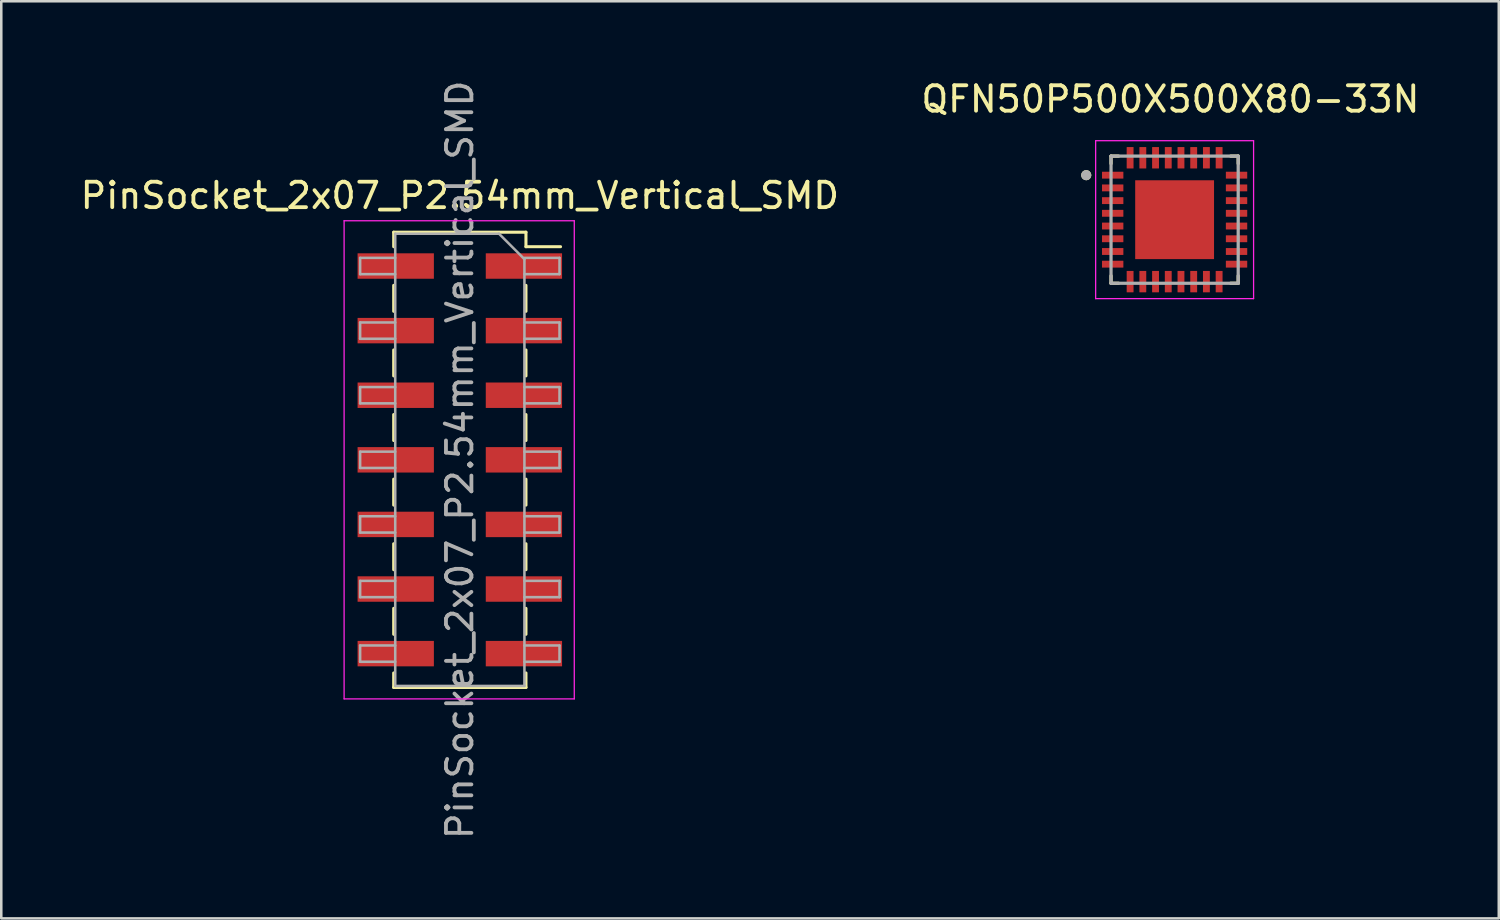
<source format=kicad_pcb>
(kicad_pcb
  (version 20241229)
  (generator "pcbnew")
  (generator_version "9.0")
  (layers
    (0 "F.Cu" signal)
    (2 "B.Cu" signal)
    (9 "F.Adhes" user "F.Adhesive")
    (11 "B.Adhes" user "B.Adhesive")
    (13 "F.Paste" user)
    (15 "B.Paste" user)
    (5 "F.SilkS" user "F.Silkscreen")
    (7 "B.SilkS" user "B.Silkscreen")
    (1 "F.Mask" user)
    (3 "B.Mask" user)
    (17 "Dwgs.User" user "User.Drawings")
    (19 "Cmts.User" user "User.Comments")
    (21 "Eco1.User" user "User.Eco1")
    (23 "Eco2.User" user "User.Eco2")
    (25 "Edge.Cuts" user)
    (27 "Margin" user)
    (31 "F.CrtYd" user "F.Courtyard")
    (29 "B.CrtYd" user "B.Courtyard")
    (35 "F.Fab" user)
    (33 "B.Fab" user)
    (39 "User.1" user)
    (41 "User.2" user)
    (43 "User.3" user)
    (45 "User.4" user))
  (footprint "QFN50P500X500X80-33N"
    (layer "F.Cu")
    (at 43.135 5.588)
    (property "Reference" "QFN50P500X500X80-33N" (at -0.165 -4.74 0) (layer "F.SilkS") (effects (font (size 1 1) (thickness 0.15))))
    (attr through_hole)
    (fp_line (start -2.5 -2.5) (end -2.5 -2.205) (stroke (width 0.127) (type solid)) (layer "F.SilkS"))
    (fp_line (start -2.5 -2.5) (end -2.205 -2.5) (stroke (width 0.127) (type solid)) (layer "F.SilkS"))
    (fp_line (start -2.5 2.5) (end -2.5 2.205) (stroke (width 0.127) (type solid)) (layer "F.SilkS"))
    (fp_line (start -2.5 2.5) (end -2.205 2.5) (stroke (width 0.127) (type solid)) (layer "F.SilkS"))
    (fp_line (start 2.5 -2.5) (end 2.205 -2.5) (stroke (width 0.127) (type solid)) (layer "F.SilkS"))
    (fp_line (start 2.5 -2.5) (end 2.5 -2.205) (stroke (width 0.127) (type solid)) (layer "F.SilkS"))
    (fp_line (start 2.5 2.5) (end 2.205 2.5) (stroke (width 0.127) (type solid)) (layer "F.SilkS"))
    (fp_line (start 2.5 2.5) (end 2.5 2.205) (stroke (width 0.127) (type solid)) (layer "F.SilkS"))
    (fp_circle (center -3.475 -1.75) (end -3.375 -1.75) (stroke (width 0.2) (type solid)) (fill no) (layer "F.SilkS"))
    (fp_poly (pts (xy -0.98 -0.98) (xy 0.98 -0.98) (xy 0.98 0.98) (xy -0.98 0.98)) (stroke (width 0.01) (type solid)) (fill yes) (layer "F.Paste"))
    (fp_line (start -3.105 -3.105) (end 3.105 -3.105) (stroke (width 0.05) (type solid)) (layer "F.CrtYd"))
    (fp_line (start -3.105 3.105) (end -3.105 -3.105) (stroke (width 0.05) (type solid)) (layer "F.CrtYd"))
    (fp_line (start -3.105 3.105) (end 3.105 3.105) (stroke (width 0.05) (type solid)) (layer "F.CrtYd"))
    (fp_line (start 3.105 3.105) (end 3.105 -3.105) (stroke (width 0.05) (type solid)) (layer "F.CrtYd"))
    (fp_line (start -2.5 2.5) (end -2.5 -2.5) (stroke (width 0.127) (type solid)) (layer "F.Fab"))
    (fp_line (start 2.5 -2.5) (end -2.5 -2.5) (stroke (width 0.127) (type solid)) (layer "F.Fab"))
    (fp_line (start 2.5 2.5) (end -2.5 2.5) (stroke (width 0.127) (type solid)) (layer "F.Fab"))
    (fp_line (start 2.5 2.5) (end 2.5 -2.5) (stroke (width 0.127) (type solid)) (layer "F.Fab"))
    (fp_circle (center -3.475 -1.75) (end -3.375 -1.75) (stroke (width 0.2) (type solid)) (fill no) (layer "F.Fab"))
    (pad "1" smd roundrect (at -2.435 -1.75) (size 0.84 0.27) (layers "F.Cu" "F.Mask" "F.Paste") (roundrect_rratio 0.03))
    (pad "2" smd roundrect (at -2.435 -1.25) (size 0.84 0.27) (layers "F.Cu" "F.Mask" "F.Paste") (roundrect_rratio 0.03))
    (pad "3" smd roundrect (at -2.435 -0.75) (size 0.84 0.27) (layers "F.Cu" "F.Mask" "F.Paste") (roundrect_rratio 0.03))
    (pad "4" smd roundrect (at -2.435 -0.25) (size 0.84 0.27) (layers "F.Cu" "F.Mask" "F.Paste") (roundrect_rratio 0.03))
    (pad "5" smd roundrect (at -2.435 0.25) (size 0.84 0.27) (layers "F.Cu" "F.Mask" "F.Paste") (roundrect_rratio 0.03))
    (pad "6" smd roundrect (at -2.435 0.75) (size 0.84 0.27) (layers "F.Cu" "F.Mask" "F.Paste") (roundrect_rratio 0.03))
    (pad "7" smd roundrect (at -2.435 1.25) (size 0.84 0.27) (layers "F.Cu" "F.Mask" "F.Paste") (roundrect_rratio 0.03))
    (pad "8" smd roundrect (at -2.435 1.75) (size 0.84 0.27) (layers "F.Cu" "F.Mask" "F.Paste") (roundrect_rratio 0.03))
    (pad "9" smd roundrect (at -1.75 2.435 90) (size 0.84 0.27) (layers "F.Cu" "F.Mask" "F.Paste") (roundrect_rratio 0.03))
    (pad "10" smd roundrect (at -1.25 2.435 90) (size 0.84 0.27) (layers "F.Cu" "F.Mask" "F.Paste") (roundrect_rratio 0.03))
    (pad "11" smd roundrect (at -0.75 2.435 90) (size 0.84 0.27) (layers "F.Cu" "F.Mask" "F.Paste") (roundrect_rratio 0.03))
    (pad "12" smd roundrect (at -0.25 2.435 90) (size 0.84 0.27) (layers "F.Cu" "F.Mask" "F.Paste") (roundrect_rratio 0.03))
    (pad "13" smd roundrect (at 0.25 2.435 90) (size 0.84 0.27) (layers "F.Cu" "F.Mask" "F.Paste") (roundrect_rratio 0.03))
    (pad "14" smd roundrect (at 0.75 2.435 90) (size 0.84 0.27) (layers "F.Cu" "F.Mask" "F.Paste") (roundrect_rratio 0.03))
    (pad "15" smd roundrect (at 1.25 2.435 90) (size 0.84 0.27) (layers "F.Cu" "F.Mask" "F.Paste") (roundrect_rratio 0.03))
    (pad "16" smd roundrect (at 1.75 2.435 90) (size 0.84 0.27) (layers "F.Cu" "F.Mask" "F.Paste") (roundrect_rratio 0.03))
    (pad "17" smd roundrect (at 2.435 1.75) (size 0.84 0.27) (layers "F.Cu" "F.Mask" "F.Paste") (roundrect_rratio 0.03))
    (pad "18" smd roundrect (at 2.435 1.25) (size 0.84 0.27) (layers "F.Cu" "F.Mask" "F.Paste") (roundrect_rratio 0.03))
    (pad "19" smd roundrect (at 2.435 0.75) (size 0.84 0.27) (layers "F.Cu" "F.Mask" "F.Paste") (roundrect_rratio 0.03))
    (pad "20" smd roundrect (at 2.435 0.25) (size 0.84 0.27) (layers "F.Cu" "F.Mask" "F.Paste") (roundrect_rratio 0.03))
    (pad "21" smd roundrect (at 2.435 -0.25) (size 0.84 0.27) (layers "F.Cu" "F.Mask" "F.Paste") (roundrect_rratio 0.03))
    (pad "22" smd roundrect (at 2.435 -0.75) (size 0.84 0.27) (layers "F.Cu" "F.Mask" "F.Paste") (roundrect_rratio 0.03))
    (pad "23" smd roundrect (at 2.435 -1.25) (size 0.84 0.27) (layers "F.Cu" "F.Mask" "F.Paste") (roundrect_rratio 0.03))
    (pad "24" smd roundrect (at 2.435 -1.75) (size 0.84 0.27) (layers "F.Cu" "F.Mask" "F.Paste") (roundrect_rratio 0.03))
    (pad "25" smd roundrect (at 1.75 -2.435 90) (size 0.84 0.27) (layers "F.Cu" "F.Mask" "F.Paste") (roundrect_rratio 0.03))
    (pad "26" smd roundrect (at 1.25 -2.435 90) (size 0.84 0.27) (layers "F.Cu" "F.Mask" "F.Paste") (roundrect_rratio 0.03))
    (pad "27" smd roundrect (at 0.75 -2.435 90) (size 0.84 0.27) (layers "F.Cu" "F.Mask" "F.Paste") (roundrect_rratio 0.03))
    (pad "28" smd roundrect (at 0.25 -2.435 90) (size 0.84 0.27) (layers "F.Cu" "F.Mask" "F.Paste") (roundrect_rratio 0.03))
    (pad "29" smd roundrect (at -0.25 -2.435 90) (size 0.84 0.27) (layers "F.Cu" "F.Mask" "F.Paste") (roundrect_rratio 0.03))
    (pad "30" smd roundrect (at -0.75 -2.435 90) (size 0.84 0.27) (layers "F.Cu" "F.Mask" "F.Paste") (roundrect_rratio 0.03))
    (pad "31" smd roundrect (at -1.25 -2.435 90) (size 0.84 0.27) (layers "F.Cu" "F.Mask" "F.Paste") (roundrect_rratio 0.03))
    (pad "32" smd roundrect (at -1.75 -2.435 90) (size 0.84 0.27) (layers "F.Cu" "F.Mask" "F.Paste") (roundrect_rratio 0.03))
    (pad "33" smd rect (at 0 0) (size 3.1 3.1) (layers "F.Cu" "F.Mask")))
  (footprint "PinSocket_2x07_P2.54mm_Vertical_SMD"
    (layer "F.Cu")
    (at 15.03 15.03)
    (property "Reference" "PinSocket_2x07_P2.54mm_Vertical_SMD" (at 0 -10.39 0) (layer "F.SilkS") (effects (font (size 1 1) (thickness 0.15))))
    (attr smd)
    (fp_line (start -2.6 -8.95) (end -2.6 -8.38) (stroke (width 0.12) (type solid)) (layer "F.SilkS"))
    (fp_line (start -2.6 -8.95) (end 2.6 -8.95) (stroke (width 0.12) (type solid)) (layer "F.SilkS"))
    (fp_line (start -2.6 -6.86) (end -2.6 -5.84) (stroke (width 0.12) (type solid)) (layer "F.SilkS"))
    (fp_line (start -2.6 -4.32) (end -2.6 -3.3) (stroke (width 0.12) (type solid)) (layer "F.SilkS"))
    (fp_line (start -2.6 -1.78) (end -2.6 -0.76) (stroke (width 0.12) (type solid)) (layer "F.SilkS"))
    (fp_line (start -2.6 0.76) (end -2.6 1.78) (stroke (width 0.12) (type solid)) (layer "F.SilkS"))
    (fp_line (start -2.6 3.3) (end -2.6 4.32) (stroke (width 0.12) (type solid)) (layer "F.SilkS"))
    (fp_line (start -2.6 5.84) (end -2.6 6.86) (stroke (width 0.12) (type solid)) (layer "F.SilkS"))
    (fp_line (start -2.6 8.38) (end -2.6 8.95) (stroke (width 0.12) (type solid)) (layer "F.SilkS"))
    (fp_line (start -2.6 8.95) (end 2.6 8.95) (stroke (width 0.12) (type solid)) (layer "F.SilkS"))
    (fp_line (start 2.6 -8.95) (end 2.6 -8.38) (stroke (width 0.12) (type solid)) (layer "F.SilkS"))
    (fp_line (start 2.6 -8.38) (end 3.96 -8.38) (stroke (width 0.12) (type solid)) (layer "F.SilkS"))
    (fp_line (start 2.6 -6.86) (end 2.6 -5.84) (stroke (width 0.12) (type solid)) (layer "F.SilkS"))
    (fp_line (start 2.6 -4.32) (end 2.6 -3.3) (stroke (width 0.12) (type solid)) (layer "F.SilkS"))
    (fp_line (start 2.6 -1.78) (end 2.6 -0.76) (stroke (width 0.12) (type solid)) (layer "F.SilkS"))
    (fp_line (start 2.6 0.76) (end 2.6 1.78) (stroke (width 0.12) (type solid)) (layer "F.SilkS"))
    (fp_line (start 2.6 3.3) (end 2.6 4.32) (stroke (width 0.12) (type solid)) (layer "F.SilkS"))
    (fp_line (start 2.6 5.84) (end 2.6 6.86) (stroke (width 0.12) (type solid)) (layer "F.SilkS"))
    (fp_line (start 2.6 8.38) (end 2.6 8.95) (stroke (width 0.12) (type solid)) (layer "F.SilkS"))
    (fp_line (start -4.55 -9.4) (end 4.5 -9.4) (stroke (width 0.05) (type solid)) (layer "F.CrtYd"))
    (fp_line (start -4.55 9.4) (end -4.55 -9.4) (stroke (width 0.05) (type solid)) (layer "F.CrtYd"))
    (fp_line (start 4.5 -9.4) (end 4.5 9.4) (stroke (width 0.05) (type solid)) (layer "F.CrtYd"))
    (fp_line (start 4.5 9.4) (end -4.55 9.4) (stroke (width 0.05) (type solid)) (layer "F.CrtYd"))
    (fp_line (start -3.92 -7.94) (end -2.54 -7.94) (stroke (width 0.1) (type solid)) (layer "F.Fab"))
    (fp_line (start -3.92 -7.3) (end -3.92 -7.94) (stroke (width 0.1) (type solid)) (layer "F.Fab"))
    (fp_line (start -3.92 -5.4) (end -2.54 -5.4) (stroke (width 0.1) (type solid)) (layer "F.Fab"))
    (fp_line (start -3.92 -4.76) (end -3.92 -5.4) (stroke (width 0.1) (type solid)) (layer "F.Fab"))
    (fp_line (start -3.92 -2.86) (end -2.54 -2.86) (stroke (width 0.1) (type solid)) (layer "F.Fab"))
    (fp_line (start -3.92 -2.22) (end -3.92 -2.86) (stroke (width 0.1) (type solid)) (layer "F.Fab"))
    (fp_line (start -3.92 -0.32) (end -2.54 -0.32) (stroke (width 0.1) (type solid)) (layer "F.Fab"))
    (fp_line (start -3.92 0.32) (end -3.92 -0.32) (stroke (width 0.1) (type solid)) (layer "F.Fab"))
    (fp_line (start -3.92 2.22) (end -2.54 2.22) (stroke (width 0.1) (type solid)) (layer "F.Fab"))
    (fp_line (start -3.92 2.86) (end -3.92 2.22) (stroke (width 0.1) (type solid)) (layer "F.Fab"))
    (fp_line (start -3.92 4.76) (end -2.54 4.76) (stroke (width 0.1) (type solid)) (layer "F.Fab"))
    (fp_line (start -3.92 5.4) (end -3.92 4.76) (stroke (width 0.1) (type solid)) (layer "F.Fab"))
    (fp_line (start -3.92 7.3) (end -2.54 7.3) (stroke (width 0.1) (type solid)) (layer "F.Fab"))
    (fp_line (start -3.92 7.94) (end -3.92 7.3) (stroke (width 0.1) (type solid)) (layer "F.Fab"))
    (fp_line (start -2.54 -8.89) (end 1.54 -8.89) (stroke (width 0.1) (type solid)) (layer "F.Fab"))
    (fp_line (start -2.54 -7.3) (end -3.92 -7.3) (stroke (width 0.1) (type solid)) (layer "F.Fab"))
    (fp_line (start -2.54 -4.76) (end -3.92 -4.76) (stroke (width 0.1) (type solid)) (layer "F.Fab"))
    (fp_line (start -2.54 -2.22) (end -3.92 -2.22) (stroke (width 0.1) (type solid)) (layer "F.Fab"))
    (fp_line (start -2.54 0.32) (end -3.92 0.32) (stroke (width 0.1) (type solid)) (layer "F.Fab"))
    (fp_line (start -2.54 2.86) (end -3.92 2.86) (stroke (width 0.1) (type solid)) (layer "F.Fab"))
    (fp_line (start -2.54 5.4) (end -3.92 5.4) (stroke (width 0.1) (type solid)) (layer "F.Fab"))
    (fp_line (start -2.54 7.94) (end -3.92 7.94) (stroke (width 0.1) (type solid)) (layer "F.Fab"))
    (fp_line (start -2.54 8.89) (end -2.54 -8.89) (stroke (width 0.1) (type solid)) (layer "F.Fab"))
    (fp_line (start 1.54 -8.89) (end 2.54 -7.89) (stroke (width 0.1) (type solid)) (layer "F.Fab"))
    (fp_line (start 2.54 -7.94) (end 3.92 -7.94) (stroke (width 0.1) (type solid)) (layer "F.Fab"))
    (fp_line (start 2.54 -7.89) (end 2.54 8.89) (stroke (width 0.1) (type solid)) (layer "F.Fab"))
    (fp_line (start 2.54 -5.4) (end 3.92 -5.4) (stroke (width 0.1) (type solid)) (layer "F.Fab"))
    (fp_line (start 2.54 -2.86) (end 3.92 -2.86) (stroke (width 0.1) (type solid)) (layer "F.Fab"))
    (fp_line (start 2.54 -0.32) (end 3.92 -0.32) (stroke (width 0.1) (type solid)) (layer "F.Fab"))
    (fp_line (start 2.54 2.22) (end 3.92 2.22) (stroke (width 0.1) (type solid)) (layer "F.Fab"))
    (fp_line (start 2.54 4.76) (end 3.92 4.76) (stroke (width 0.1) (type solid)) (layer "F.Fab"))
    (fp_line (start 2.54 7.3) (end 3.92 7.3) (stroke (width 0.1) (type solid)) (layer "F.Fab"))
    (fp_line (start 2.54 8.89) (end -2.54 8.89) (stroke (width 0.1) (type solid)) (layer "F.Fab"))
    (fp_line (start 3.92 -7.94) (end 3.92 -7.3) (stroke (width 0.1) (type solid)) (layer "F.Fab"))
    (fp_line (start 3.92 -7.3) (end 2.54 -7.3) (stroke (width 0.1) (type solid)) (layer "F.Fab"))
    (fp_line (start 3.92 -5.4) (end 3.92 -4.76) (stroke (width 0.1) (type solid)) (layer "F.Fab"))
    (fp_line (start 3.92 -4.76) (end 2.54 -4.76) (stroke (width 0.1) (type solid)) (layer "F.Fab"))
    (fp_line (start 3.92 -2.86) (end 3.92 -2.22) (stroke (width 0.1) (type solid)) (layer "F.Fab"))
    (fp_line (start 3.92 -2.22) (end 2.54 -2.22) (stroke (width 0.1) (type solid)) (layer "F.Fab"))
    (fp_line (start 3.92 -0.32) (end 3.92 0.32) (stroke (width 0.1) (type solid)) (layer "F.Fab"))
    (fp_line (start 3.92 0.32) (end 2.54 0.32) (stroke (width 0.1) (type solid)) (layer "F.Fab"))
    (fp_line (start 3.92 2.22) (end 3.92 2.86) (stroke (width 0.1) (type solid)) (layer "F.Fab"))
    (fp_line (start 3.92 2.86) (end 2.54 2.86) (stroke (width 0.1) (type solid)) (layer "F.Fab"))
    (fp_line (start 3.92 4.76) (end 3.92 5.4) (stroke (width 0.1) (type solid)) (layer "F.Fab"))
    (fp_line (start 3.92 5.4) (end 2.54 5.4) (stroke (width 0.1) (type solid)) (layer "F.Fab"))
    (fp_line (start 3.92 7.3) (end 3.92 7.94) (stroke (width 0.1) (type solid)) (layer "F.Fab"))
    (fp_line (start 3.92 7.94) (end 2.54 7.94) (stroke (width 0.1) (type solid)) (layer "F.Fab"))
    (fp_text user "${REFERENCE}" (at 0 0 90) (layer "F.Fab") (effects (font (size 1 1) (thickness 0.15))))
    (pad "1" smd rect (at 2.52 -7.62) (size 3 1) (layers "F.Cu" "F.Mask" "F.Paste"))
    (pad "2" smd rect (at -2.52 -7.62) (size 3 1) (layers "F.Cu" "F.Mask" "F.Paste"))
    (pad "3" smd rect (at 2.52 -5.08) (size 3 1) (layers "F.Cu" "F.Mask" "F.Paste"))
    (pad "4" smd rect (at -2.52 -5.08) (size 3 1) (layers "F.Cu" "F.Mask" "F.Paste"))
    (pad "5" smd rect (at 2.52 -2.54) (size 3 1) (layers "F.Cu" "F.Mask" "F.Paste"))
    (pad "6" smd rect (at -2.52 -2.54) (size 3 1) (layers "F.Cu" "F.Mask" "F.Paste"))
    (pad "7" smd rect (at 2.52 0) (size 3 1) (layers "F.Cu" "F.Mask" "F.Paste"))
    (pad "8" smd rect (at -2.52 0) (size 3 1) (layers "F.Cu" "F.Mask" "F.Paste"))
    (pad "9" smd rect (at 2.52 2.54) (size 3 1) (layers "F.Cu" "F.Mask" "F.Paste"))
    (pad "10" smd rect (at -2.52 2.54) (size 3 1) (layers "F.Cu" "F.Mask" "F.Paste"))
    (pad "11" smd rect (at 2.52 5.08) (size 3 1) (layers "F.Cu" "F.Mask" "F.Paste"))
    (pad "12" smd rect (at -2.52 5.08) (size 3 1) (layers "F.Cu" "F.Mask" "F.Paste"))
    (pad "13" smd rect (at 2.52 7.62) (size 3 1) (layers "F.Cu" "F.Mask" "F.Paste"))
    (pad "14" smd rect (at -2.52 7.62) (size 3 1) (layers "F.Cu" "F.Mask" "F.Paste")))
  (gr_rect
    (start -3 -3)
    (end 55.881 33.06)
    (stroke (width 0.1) (type default))
    (fill no)
    (layer "Edge.Cuts")))
</source>
